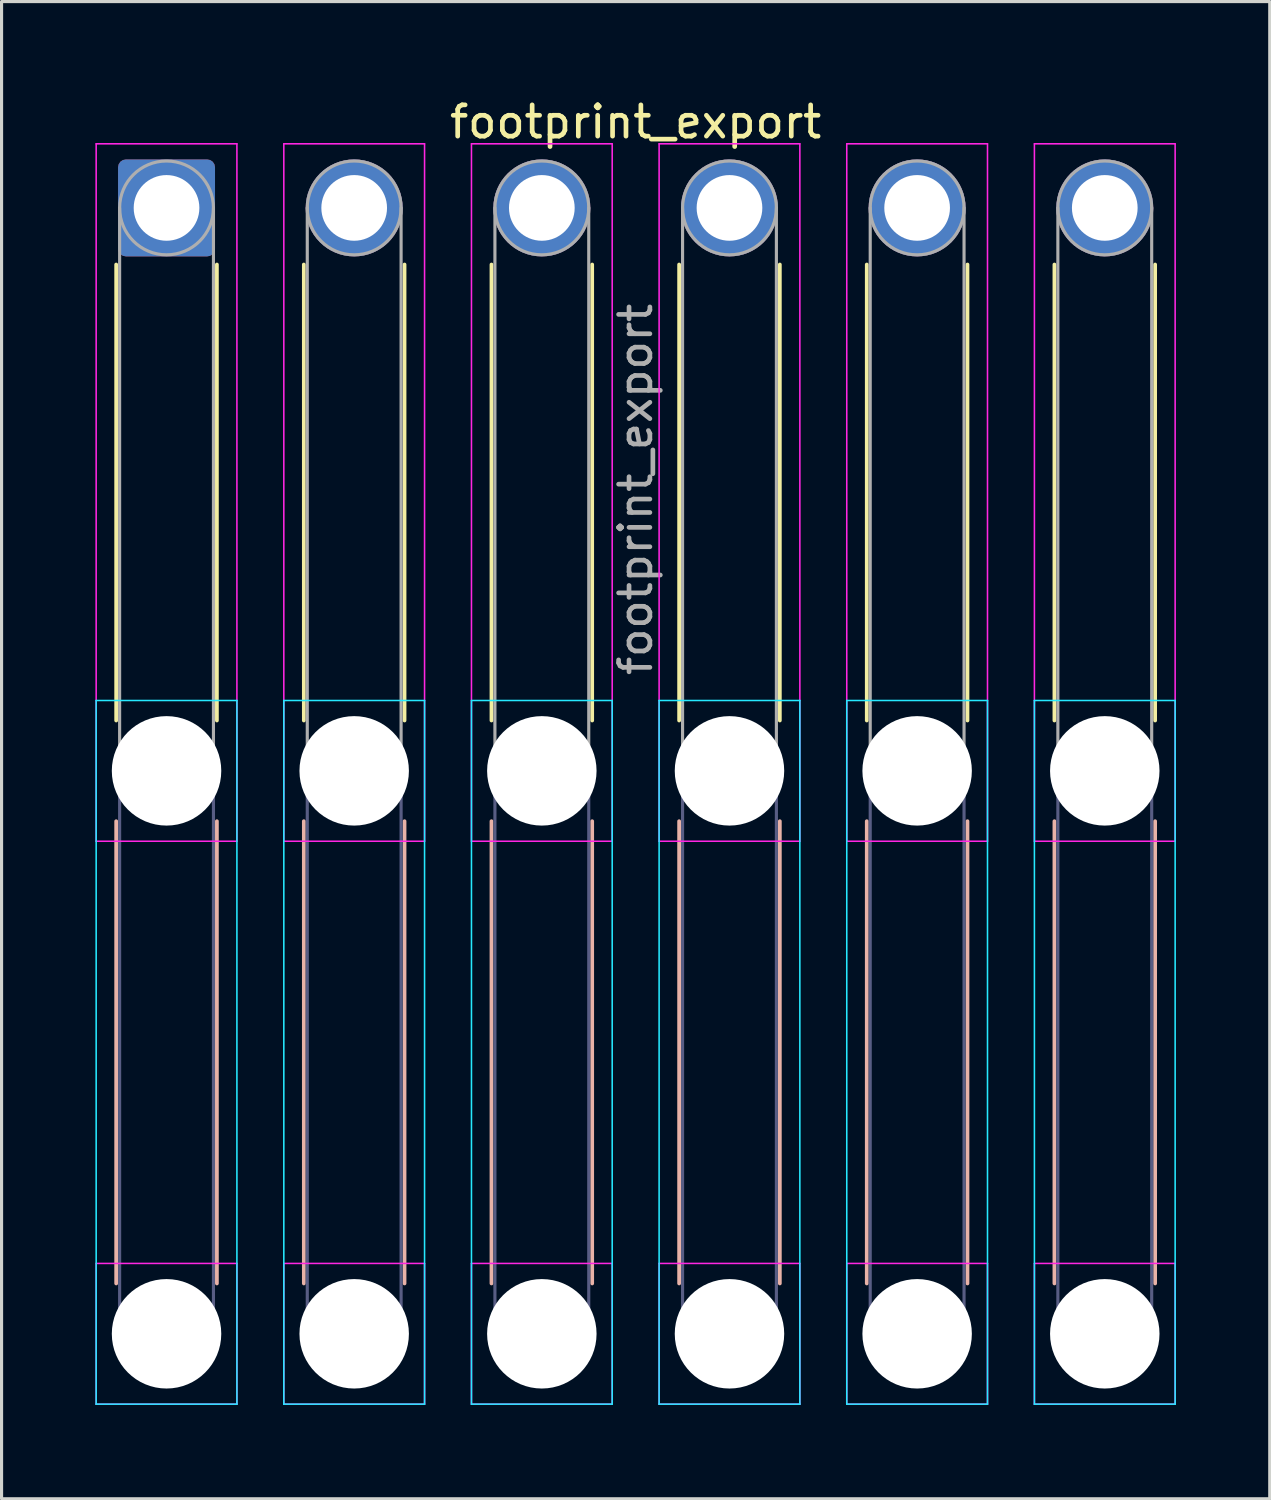
<source format=kicad_pcb>
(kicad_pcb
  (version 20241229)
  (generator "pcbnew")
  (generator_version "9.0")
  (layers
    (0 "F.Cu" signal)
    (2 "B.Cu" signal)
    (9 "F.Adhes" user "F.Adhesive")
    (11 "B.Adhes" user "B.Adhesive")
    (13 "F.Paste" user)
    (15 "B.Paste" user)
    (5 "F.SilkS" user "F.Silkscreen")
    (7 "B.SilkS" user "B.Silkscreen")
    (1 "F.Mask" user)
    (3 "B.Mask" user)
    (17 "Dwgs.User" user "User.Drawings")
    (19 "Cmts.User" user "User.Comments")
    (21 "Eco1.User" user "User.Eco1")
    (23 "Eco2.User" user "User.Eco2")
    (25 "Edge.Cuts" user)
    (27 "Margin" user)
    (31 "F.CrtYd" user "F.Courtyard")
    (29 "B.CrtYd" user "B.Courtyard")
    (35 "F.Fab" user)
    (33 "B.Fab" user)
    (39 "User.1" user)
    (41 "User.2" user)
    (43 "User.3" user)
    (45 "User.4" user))
  (footprint "footprint_export"
    (layer "F.Cu")
    (at 2.275 3.598)
    (property "Reference" "footprint_export" (at 15 -2.75 0) (layer "F.SilkS") (effects (font (size 1 1) (thickness 0.15))))
    (attr exclude_from_pos_files exclude_from_bom)
    (fp_line (start -1.61 1.81) (end -1.61 16.39) (stroke (width 0.12) (type solid)) (layer "F.SilkS"))
    (fp_line (start 1.61 1.81) (end 1.61 16.39) (stroke (width 0.12) (type solid)) (layer "F.SilkS"))
    (fp_line (start 4.39 1.81) (end 4.39 16.39) (stroke (width 0.12) (type solid)) (layer "F.SilkS"))
    (fp_line (start 7.61 1.81) (end 7.61 16.39) (stroke (width 0.12) (type solid)) (layer "F.SilkS"))
    (fp_line (start 10.39 1.81) (end 10.39 16.39) (stroke (width 0.12) (type solid)) (layer "F.SilkS"))
    (fp_line (start 13.61 1.81) (end 13.61 16.39) (stroke (width 0.12) (type solid)) (layer "F.SilkS"))
    (fp_line (start 16.39 1.81) (end 16.39 16.39) (stroke (width 0.12) (type solid)) (layer "F.SilkS"))
    (fp_line (start 19.61 1.81) (end 19.61 16.39) (stroke (width 0.12) (type solid)) (layer "F.SilkS"))
    (fp_line (start 22.39 1.81) (end 22.39 16.39) (stroke (width 0.12) (type solid)) (layer "F.SilkS"))
    (fp_line (start 25.61 1.81) (end 25.61 16.39) (stroke (width 0.12) (type solid)) (layer "F.SilkS"))
    (fp_line (start 28.39 1.81) (end 28.39 16.39) (stroke (width 0.12) (type solid)) (layer "F.SilkS"))
    (fp_line (start 31.61 1.81) (end 31.61 16.39) (stroke (width 0.12) (type solid)) (layer "F.SilkS"))
    (fp_line (start -1.61 19.61) (end -1.61 34.39) (stroke (width 0.12) (type solid)) (layer "B.SilkS"))
    (fp_line (start 1.61 19.61) (end 1.61 34.39) (stroke (width 0.12) (type solid)) (layer "B.SilkS"))
    (fp_line (start 4.39 19.61) (end 4.39 34.39) (stroke (width 0.12) (type solid)) (layer "B.SilkS"))
    (fp_line (start 7.61 19.61) (end 7.61 34.39) (stroke (width 0.12) (type solid)) (layer "B.SilkS"))
    (fp_line (start 10.39 19.61) (end 10.39 34.39) (stroke (width 0.12) (type solid)) (layer "B.SilkS"))
    (fp_line (start 13.61 19.61) (end 13.61 34.39) (stroke (width 0.12) (type solid)) (layer "B.SilkS"))
    (fp_line (start 16.39 19.61) (end 16.39 34.39) (stroke (width 0.12) (type solid)) (layer "B.SilkS"))
    (fp_line (start 19.61 19.61) (end 19.61 34.39) (stroke (width 0.12) (type solid)) (layer "B.SilkS"))
    (fp_line (start 22.39 19.61) (end 22.39 34.39) (stroke (width 0.12) (type solid)) (layer "B.SilkS"))
    (fp_line (start 25.61 19.61) (end 25.61 34.39) (stroke (width 0.12) (type solid)) (layer "B.SilkS"))
    (fp_line (start 28.39 19.61) (end 28.39 34.39) (stroke (width 0.12) (type solid)) (layer "B.SilkS"))
    (fp_line (start 31.61 19.61) (end 31.61 34.39) (stroke (width 0.12) (type solid)) (layer "B.SilkS"))
    (fp_line (start -2.25 15.75) (end -2.25 38.25) (stroke (width 0.05) (type solid)) (layer "B.CrtYd"))
    (fp_line (start -2.25 38.25) (end 2.25 38.25) (stroke (width 0.05) (type solid)) (layer "B.CrtYd"))
    (fp_line (start 2.25 15.75) (end -2.25 15.75) (stroke (width 0.05) (type solid)) (layer "B.CrtYd"))
    (fp_line (start 2.25 38.25) (end 2.25 15.75) (stroke (width 0.05) (type solid)) (layer "B.CrtYd"))
    (fp_line (start 3.75 15.75) (end 3.75 38.25) (stroke (width 0.05) (type solid)) (layer "B.CrtYd"))
    (fp_line (start 3.75 38.25) (end 8.25 38.25) (stroke (width 0.05) (type solid)) (layer "B.CrtYd"))
    (fp_line (start 8.25 15.75) (end 3.75 15.75) (stroke (width 0.05) (type solid)) (layer "B.CrtYd"))
    (fp_line (start 8.25 38.25) (end 8.25 15.75) (stroke (width 0.05) (type solid)) (layer "B.CrtYd"))
    (fp_line (start 9.75 15.75) (end 9.75 38.25) (stroke (width 0.05) (type solid)) (layer "B.CrtYd"))
    (fp_line (start 9.75 38.25) (end 14.25 38.25) (stroke (width 0.05) (type solid)) (layer "B.CrtYd"))
    (fp_line (start 14.25 15.75) (end 9.75 15.75) (stroke (width 0.05) (type solid)) (layer "B.CrtYd"))
    (fp_line (start 14.25 38.25) (end 14.25 15.75) (stroke (width 0.05) (type solid)) (layer "B.CrtYd"))
    (fp_line (start 15.75 15.75) (end 15.75 38.25) (stroke (width 0.05) (type solid)) (layer "B.CrtYd"))
    (fp_line (start 15.75 38.25) (end 20.25 38.25) (stroke (width 0.05) (type solid)) (layer "B.CrtYd"))
    (fp_line (start 20.25 15.75) (end 15.75 15.75) (stroke (width 0.05) (type solid)) (layer "B.CrtYd"))
    (fp_line (start 20.25 38.25) (end 20.25 15.75) (stroke (width 0.05) (type solid)) (layer "B.CrtYd"))
    (fp_line (start 21.75 15.75) (end 21.75 38.25) (stroke (width 0.05) (type solid)) (layer "B.CrtYd"))
    (fp_line (start 21.75 38.25) (end 26.25 38.25) (stroke (width 0.05) (type solid)) (layer "B.CrtYd"))
    (fp_line (start 26.25 15.75) (end 21.75 15.75) (stroke (width 0.05) (type solid)) (layer "B.CrtYd"))
    (fp_line (start 26.25 38.25) (end 26.25 15.75) (stroke (width 0.05) (type solid)) (layer "B.CrtYd"))
    (fp_line (start 27.75 15.75) (end 27.75 38.25) (stroke (width 0.05) (type solid)) (layer "B.CrtYd"))
    (fp_line (start 27.75 38.25) (end 32.25 38.25) (stroke (width 0.05) (type solid)) (layer "B.CrtYd"))
    (fp_line (start 32.25 15.75) (end 27.75 15.75) (stroke (width 0.05) (type solid)) (layer "B.CrtYd"))
    (fp_line (start 32.25 38.25) (end 32.25 15.75) (stroke (width 0.05) (type solid)) (layer "B.CrtYd"))
    (fp_line (start -2.25 -2.05) (end -2.25 20.25) (stroke (width 0.05) (type solid)) (layer "F.CrtYd"))
    (fp_line (start -2.25 20.25) (end 2.25 20.25) (stroke (width 0.05) (type solid)) (layer "F.CrtYd"))
    (fp_line (start -2.25 33.75) (end -2.25 38.25) (stroke (width 0.05) (type solid)) (layer "F.CrtYd"))
    (fp_line (start -2.25 38.25) (end 2.25 38.25) (stroke (width 0.05) (type solid)) (layer "F.CrtYd"))
    (fp_line (start 2.25 -2.05) (end -2.25 -2.05) (stroke (width 0.05) (type solid)) (layer "F.CrtYd"))
    (fp_line (start 2.25 20.25) (end 2.25 -2.05) (stroke (width 0.05) (type solid)) (layer "F.CrtYd"))
    (fp_line (start 2.25 33.75) (end -2.25 33.75) (stroke (width 0.05) (type solid)) (layer "F.CrtYd"))
    (fp_line (start 2.25 38.25) (end 2.25 33.75) (stroke (width 0.05) (type solid)) (layer "F.CrtYd"))
    (fp_line (start 3.75 -2.05) (end 3.75 20.25) (stroke (width 0.05) (type solid)) (layer "F.CrtYd"))
    (fp_line (start 3.75 20.25) (end 8.25 20.25) (stroke (width 0.05) (type solid)) (layer "F.CrtYd"))
    (fp_line (start 3.75 33.75) (end 3.75 38.25) (stroke (width 0.05) (type solid)) (layer "F.CrtYd"))
    (fp_line (start 3.75 38.25) (end 8.25 38.25) (stroke (width 0.05) (type solid)) (layer "F.CrtYd"))
    (fp_line (start 8.25 -2.05) (end 3.75 -2.05) (stroke (width 0.05) (type solid)) (layer "F.CrtYd"))
    (fp_line (start 8.25 20.25) (end 8.25 -2.05) (stroke (width 0.05) (type solid)) (layer "F.CrtYd"))
    (fp_line (start 8.25 33.75) (end 3.75 33.75) (stroke (width 0.05) (type solid)) (layer "F.CrtYd"))
    (fp_line (start 8.25 38.25) (end 8.25 33.75) (stroke (width 0.05) (type solid)) (layer "F.CrtYd"))
    (fp_line (start 9.75 -2.05) (end 9.75 20.25) (stroke (width 0.05) (type solid)) (layer "F.CrtYd"))
    (fp_line (start 9.75 20.25) (end 14.25 20.25) (stroke (width 0.05) (type solid)) (layer "F.CrtYd"))
    (fp_line (start 9.75 33.75) (end 9.75 38.25) (stroke (width 0.05) (type solid)) (layer "F.CrtYd"))
    (fp_line (start 9.75 38.25) (end 14.25 38.25) (stroke (width 0.05) (type solid)) (layer "F.CrtYd"))
    (fp_line (start 14.25 -2.05) (end 9.75 -2.05) (stroke (width 0.05) (type solid)) (layer "F.CrtYd"))
    (fp_line (start 14.25 20.25) (end 14.25 -2.05) (stroke (width 0.05) (type solid)) (layer "F.CrtYd"))
    (fp_line (start 14.25 33.75) (end 9.75 33.75) (stroke (width 0.05) (type solid)) (layer "F.CrtYd"))
    (fp_line (start 14.25 38.25) (end 14.25 33.75) (stroke (width 0.05) (type solid)) (layer "F.CrtYd"))
    (fp_line (start 15.75 -2.05) (end 15.75 20.25) (stroke (width 0.05) (type solid)) (layer "F.CrtYd"))
    (fp_line (start 15.75 20.25) (end 20.25 20.25) (stroke (width 0.05) (type solid)) (layer "F.CrtYd"))
    (fp_line (start 15.75 33.75) (end 15.75 38.25) (stroke (width 0.05) (type solid)) (layer "F.CrtYd"))
    (fp_line (start 15.75 38.25) (end 20.25 38.25) (stroke (width 0.05) (type solid)) (layer "F.CrtYd"))
    (fp_line (start 20.25 -2.05) (end 15.75 -2.05) (stroke (width 0.05) (type solid)) (layer "F.CrtYd"))
    (fp_line (start 20.25 20.25) (end 20.25 -2.05) (stroke (width 0.05) (type solid)) (layer "F.CrtYd"))
    (fp_line (start 20.25 33.75) (end 15.75 33.75) (stroke (width 0.05) (type solid)) (layer "F.CrtYd"))
    (fp_line (start 20.25 38.25) (end 20.25 33.75) (stroke (width 0.05) (type solid)) (layer "F.CrtYd"))
    (fp_line (start 21.75 -2.05) (end 21.75 20.25) (stroke (width 0.05) (type solid)) (layer "F.CrtYd"))
    (fp_line (start 21.75 20.25) (end 26.25 20.25) (stroke (width 0.05) (type solid)) (layer "F.CrtYd"))
    (fp_line (start 21.75 33.75) (end 21.75 38.25) (stroke (width 0.05) (type solid)) (layer "F.CrtYd"))
    (fp_line (start 21.75 38.25) (end 26.25 38.25) (stroke (width 0.05) (type solid)) (layer "F.CrtYd"))
    (fp_line (start 26.25 -2.05) (end 21.75 -2.05) (stroke (width 0.05) (type solid)) (layer "F.CrtYd"))
    (fp_line (start 26.25 20.25) (end 26.25 -2.05) (stroke (width 0.05) (type solid)) (layer "F.CrtYd"))
    (fp_line (start 26.25 33.75) (end 21.75 33.75) (stroke (width 0.05) (type solid)) (layer "F.CrtYd"))
    (fp_line (start 26.25 38.25) (end 26.25 33.75) (stroke (width 0.05) (type solid)) (layer "F.CrtYd"))
    (fp_line (start 27.75 -2.05) (end 27.75 20.25) (stroke (width 0.05) (type solid)) (layer "F.CrtYd"))
    (fp_line (start 27.75 20.25) (end 32.25 20.25) (stroke (width 0.05) (type solid)) (layer "F.CrtYd"))
    (fp_line (start 27.75 33.75) (end 27.75 38.25) (stroke (width 0.05) (type solid)) (layer "F.CrtYd"))
    (fp_line (start 27.75 38.25) (end 32.25 38.25) (stroke (width 0.05) (type solid)) (layer "F.CrtYd"))
    (fp_line (start 32.25 -2.05) (end 27.75 -2.05) (stroke (width 0.05) (type solid)) (layer "F.CrtYd"))
    (fp_line (start 32.25 20.25) (end 32.25 -2.05) (stroke (width 0.05) (type solid)) (layer "F.CrtYd"))
    (fp_line (start 32.25 33.75) (end 27.75 33.75) (stroke (width 0.05) (type solid)) (layer "F.CrtYd"))
    (fp_line (start 32.25 38.25) (end 32.25 33.75) (stroke (width 0.05) (type solid)) (layer "F.CrtYd"))
    (fp_line (start -1.5 18) (end -1.5 36) (stroke (width 0.1) (type solid)) (layer "B.Fab"))
    (fp_line (start 1.5 18) (end 1.5 36) (stroke (width 0.1) (type solid)) (layer "B.Fab"))
    (fp_line (start 4.5 18) (end 4.5 36) (stroke (width 0.1) (type solid)) (layer "B.Fab"))
    (fp_line (start 7.5 18) (end 7.5 36) (stroke (width 0.1) (type solid)) (layer "B.Fab"))
    (fp_line (start 10.5 18) (end 10.5 36) (stroke (width 0.1) (type solid)) (layer "B.Fab"))
    (fp_line (start 13.5 18) (end 13.5 36) (stroke (width 0.1) (type solid)) (layer "B.Fab"))
    (fp_line (start 16.5 18) (end 16.5 36) (stroke (width 0.1) (type solid)) (layer "B.Fab"))
    (fp_line (start 19.5 18) (end 19.5 36) (stroke (width 0.1) (type solid)) (layer "B.Fab"))
    (fp_line (start 22.5 18) (end 22.5 36) (stroke (width 0.1) (type solid)) (layer "B.Fab"))
    (fp_line (start 25.5 18) (end 25.5 36) (stroke (width 0.1) (type solid)) (layer "B.Fab"))
    (fp_line (start 28.5 18) (end 28.5 36) (stroke (width 0.1) (type solid)) (layer "B.Fab"))
    (fp_line (start 31.5 18) (end 31.5 36) (stroke (width 0.1) (type solid)) (layer "B.Fab"))
    (fp_circle (center 0 18) (end 1.5 18) (stroke (width 0.1) (type solid)) (fill no) (layer "B.Fab"))
    (fp_circle (center 0 36) (end 1.5 36) (stroke (width 0.1) (type solid)) (fill no) (layer "B.Fab"))
    (fp_circle (center 6 18) (end 7.5 18) (stroke (width 0.1) (type solid)) (fill no) (layer "B.Fab"))
    (fp_circle (center 6 36) (end 7.5 36) (stroke (width 0.1) (type solid)) (fill no) (layer "B.Fab"))
    (fp_circle (center 12 18) (end 13.5 18) (stroke (width 0.1) (type solid)) (fill no) (layer "B.Fab"))
    (fp_circle (center 12 36) (end 13.5 36) (stroke (width 0.1) (type solid)) (fill no) (layer "B.Fab"))
    (fp_circle (center 18 18) (end 19.5 18) (stroke (width 0.1) (type solid)) (fill no) (layer "B.Fab"))
    (fp_circle (center 18 36) (end 19.5 36) (stroke (width 0.1) (type solid)) (fill no) (layer "B.Fab"))
    (fp_circle (center 24 18) (end 25.5 18) (stroke (width 0.1) (type solid)) (fill no) (layer "B.Fab"))
    (fp_circle (center 24 36) (end 25.5 36) (stroke (width 0.1) (type solid)) (fill no) (layer "B.Fab"))
    (fp_circle (center 30 18) (end 31.5 18) (stroke (width 0.1) (type solid)) (fill no) (layer "B.Fab"))
    (fp_circle (center 30 36) (end 31.5 36) (stroke (width 0.1) (type solid)) (fill no) (layer "B.Fab"))
    (fp_line (start -1.5 0) (end -1.5 18) (stroke (width 0.1) (type solid)) (layer "F.Fab"))
    (fp_line (start 1.5 0) (end 1.5 18) (stroke (width 0.1) (type solid)) (layer "F.Fab"))
    (fp_line (start 4.5 0) (end 4.5 18) (stroke (width 0.1) (type solid)) (layer "F.Fab"))
    (fp_line (start 7.5 0) (end 7.5 18) (stroke (width 0.1) (type solid)) (layer "F.Fab"))
    (fp_line (start 10.5 0) (end 10.5 18) (stroke (width 0.1) (type solid)) (layer "F.Fab"))
    (fp_line (start 13.5 0) (end 13.5 18) (stroke (width 0.1) (type solid)) (layer "F.Fab"))
    (fp_line (start 16.5 0) (end 16.5 18) (stroke (width 0.1) (type solid)) (layer "F.Fab"))
    (fp_line (start 19.5 0) (end 19.5 18) (stroke (width 0.1) (type solid)) (layer "F.Fab"))
    (fp_line (start 22.5 0) (end 22.5 18) (stroke (width 0.1) (type solid)) (layer "F.Fab"))
    (fp_line (start 25.5 0) (end 25.5 18) (stroke (width 0.1) (type solid)) (layer "F.Fab"))
    (fp_line (start 28.5 0) (end 28.5 18) (stroke (width 0.1) (type solid)) (layer "F.Fab"))
    (fp_line (start 31.5 0) (end 31.5 18) (stroke (width 0.1) (type solid)) (layer "F.Fab"))
    (fp_circle (center 0 0) (end 1.5 0) (stroke (width 0.1) (type solid)) (fill no) (layer "F.Fab"))
    (fp_circle (center 0 18) (end 1.5 18) (stroke (width 0.1) (type solid)) (fill no) (layer "F.Fab"))
    (fp_circle (center 0 36) (end 1.5 36) (stroke (width 0.1) (type solid)) (fill no) (layer "F.Fab"))
    (fp_circle (center 6 0) (end 7.5 0) (stroke (width 0.1) (type solid)) (fill no) (layer "F.Fab"))
    (fp_circle (center 6 18) (end 7.5 18) (stroke (width 0.1) (type solid)) (fill no) (layer "F.Fab"))
    (fp_circle (center 6 36) (end 7.5 36) (stroke (width 0.1) (type solid)) (fill no) (layer "F.Fab"))
    (fp_circle (center 12 0) (end 13.5 0) (stroke (width 0.1) (type solid)) (fill no) (layer "F.Fab"))
    (fp_circle (center 12 18) (end 13.5 18) (stroke (width 0.1) (type solid)) (fill no) (layer "F.Fab"))
    (fp_circle (center 12 36) (end 13.5 36) (stroke (width 0.1) (type solid)) (fill no) (layer "F.Fab"))
    (fp_circle (center 18 0) (end 19.5 0) (stroke (width 0.1) (type solid)) (fill no) (layer "F.Fab"))
    (fp_circle (center 18 18) (end 19.5 18) (stroke (width 0.1) (type solid)) (fill no) (layer "F.Fab"))
    (fp_circle (center 18 36) (end 19.5 36) (stroke (width 0.1) (type solid)) (fill no) (layer "F.Fab"))
    (fp_circle (center 24 0) (end 25.5 0) (stroke (width 0.1) (type solid)) (fill no) (layer "F.Fab"))
    (fp_circle (center 24 18) (end 25.5 18) (stroke (width 0.1) (type solid)) (fill no) (layer "F.Fab"))
    (fp_circle (center 24 36) (end 25.5 36) (stroke (width 0.1) (type solid)) (fill no) (layer "F.Fab"))
    (fp_circle (center 30 0) (end 31.5 0) (stroke (width 0.1) (type solid)) (fill no) (layer "F.Fab"))
    (fp_circle (center 30 18) (end 31.5 18) (stroke (width 0.1) (type solid)) (fill no) (layer "F.Fab"))
    (fp_circle (center 30 36) (end 31.5 36) (stroke (width 0.1) (type solid)) (fill no) (layer "F.Fab"))
    (fp_text user "${REFERENCE}" (at 15 9 90) (layer "F.Fab") (effects (font (size 1 1) (thickness 0.15))))
    (pad "" np_thru_hole circle (at 0 18) (size 3.5 3.5) (drill 3.5) (layers "*.Cu" "*.Mask"))
    (pad "" np_thru_hole circle (at 0 36) (size 3.5 3.5) (drill 3.5) (layers "*.Cu" "*.Mask"))
    (pad "" np_thru_hole circle (at 6 18) (size 3.5 3.5) (drill 3.5) (layers "*.Cu" "*.Mask"))
    (pad "" np_thru_hole circle (at 6 36) (size 3.5 3.5) (drill 3.5) (layers "*.Cu" "*.Mask"))
    (pad "" np_thru_hole circle (at 12 18) (size 3.5 3.5) (drill 3.5) (layers "*.Cu" "*.Mask"))
    (pad "" np_thru_hole circle (at 12 36) (size 3.5 3.5) (drill 3.5) (layers "*.Cu" "*.Mask"))
    (pad "" np_thru_hole circle (at 18 18) (size 3.5 3.5) (drill 3.5) (layers "*.Cu" "*.Mask"))
    (pad "" np_thru_hole circle (at 18 36) (size 3.5 3.5) (drill 3.5) (layers "*.Cu" "*.Mask"))
    (pad "" np_thru_hole circle (at 24 18) (size 3.5 3.5) (drill 3.5) (layers "*.Cu" "*.Mask"))
    (pad "" np_thru_hole circle (at 24 36) (size 3.5 3.5) (drill 3.5) (layers "*.Cu" "*.Mask"))
    (pad "" np_thru_hole circle (at 30 18) (size 3.5 3.5) (drill 3.5) (layers "*.Cu" "*.Mask"))
    (pad "" np_thru_hole circle (at 30 36) (size 3.5 3.5) (drill 3.5) (layers "*.Cu" "*.Mask"))
    (pad "1" thru_hole roundrect (at 0 0) (size 3.1 3.1) (drill 2.1) (layers "*.Cu" "*.Mask") (roundrect_rratio 0.081))
    (pad "2" thru_hole circle (at 6 0) (size 3.1 3.1) (drill 2.1) (layers "*.Cu" "*.Mask"))
    (pad "3" thru_hole circle (at 12 0) (size 3.1 3.1) (drill 2.1) (layers "*.Cu" "*.Mask"))
    (pad "4" thru_hole circle (at 18 0) (size 3.1 3.1) (drill 2.1) (layers "*.Cu" "*.Mask"))
    (pad "5" thru_hole circle (at 24 0) (size 3.1 3.1) (drill 2.1) (layers "*.Cu" "*.Mask"))
    (pad "6" thru_hole circle (at 30 0) (size 3.1 3.1) (drill 2.1) (layers "*.Cu" "*.Mask")))
  (gr_rect
    (start -3 -3)
    (end 37.55 44.873)
    (stroke (width 0.1) (type default))
    (fill no)
    (layer "Edge.Cuts")))
</source>
